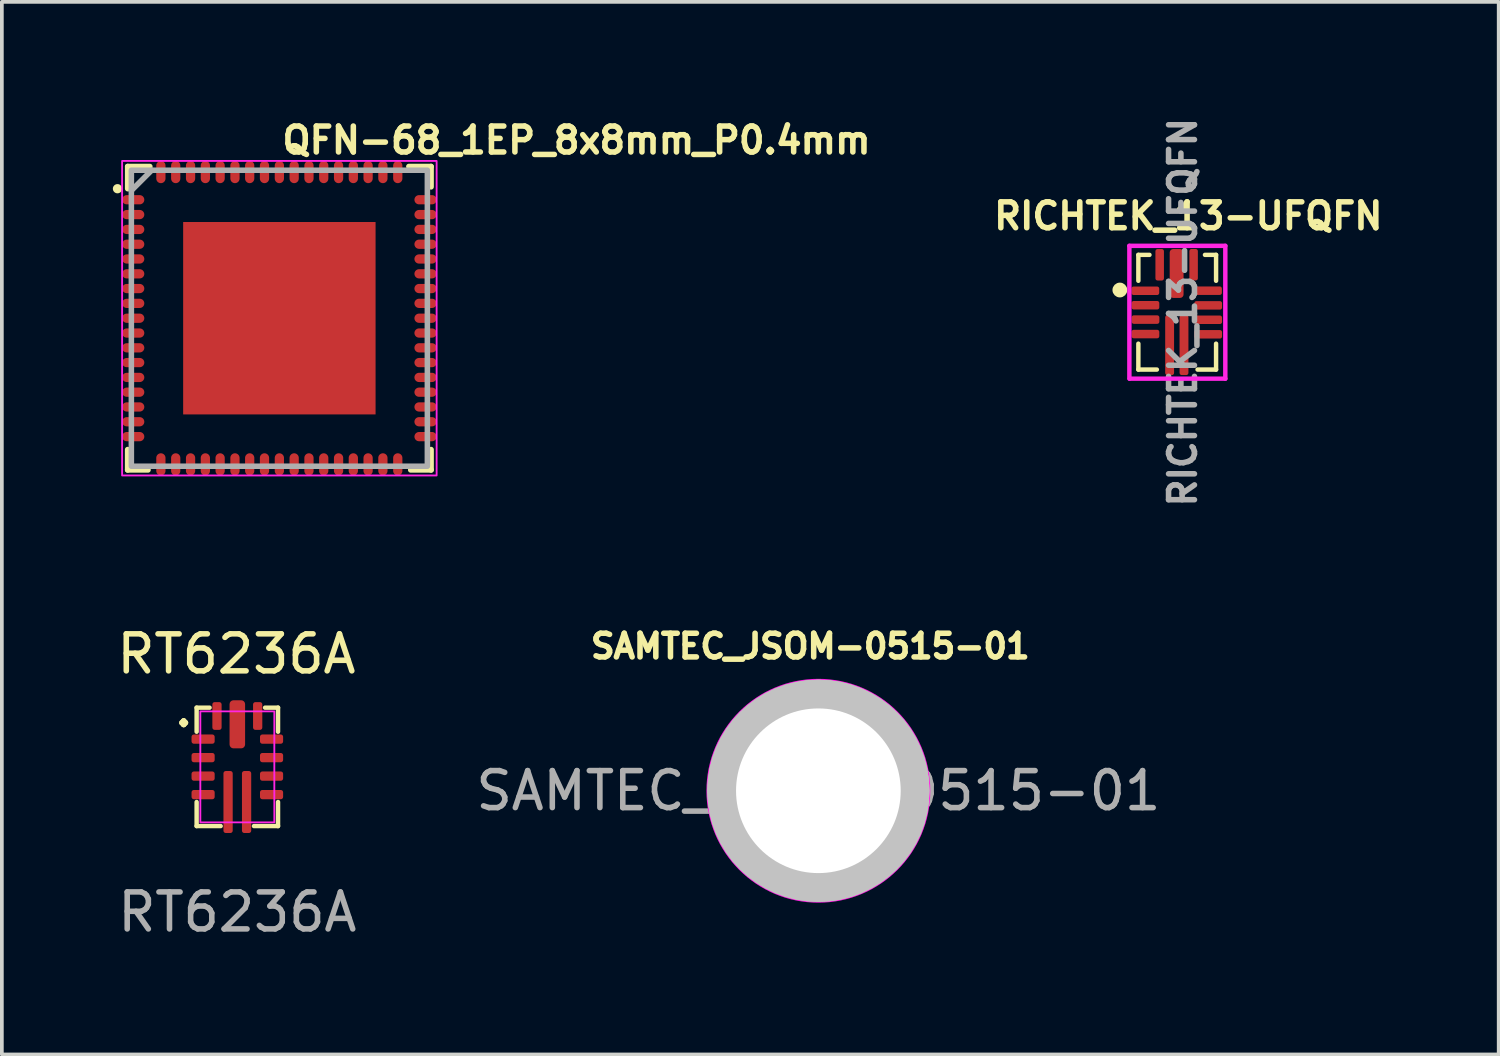
<source format=kicad_pcb>
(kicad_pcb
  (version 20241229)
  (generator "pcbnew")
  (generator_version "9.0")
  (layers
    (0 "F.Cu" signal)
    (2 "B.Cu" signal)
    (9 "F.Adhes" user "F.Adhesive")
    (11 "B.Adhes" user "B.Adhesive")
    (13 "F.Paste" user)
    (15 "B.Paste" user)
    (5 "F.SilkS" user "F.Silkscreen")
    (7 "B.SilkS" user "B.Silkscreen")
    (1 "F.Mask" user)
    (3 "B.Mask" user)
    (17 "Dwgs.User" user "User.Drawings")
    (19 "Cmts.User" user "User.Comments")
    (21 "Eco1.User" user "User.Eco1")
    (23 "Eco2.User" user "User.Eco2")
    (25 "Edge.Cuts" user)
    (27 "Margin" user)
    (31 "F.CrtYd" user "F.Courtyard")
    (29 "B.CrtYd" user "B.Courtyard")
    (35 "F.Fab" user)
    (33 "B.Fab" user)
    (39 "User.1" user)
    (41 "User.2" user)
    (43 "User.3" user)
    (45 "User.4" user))
  (footprint "RICHTEK_13-UFQFN"
    (layer "F.Cu")
    (at 28.752 5.394)
    (property "Reference" "RICHTEK_13-UFQFN" (at 0.313 -2.606 0) (layer "F.SilkS") (effects (font (size 0.7 0.7) (thickness 0.15))))
    (attr smd)
    (fp_line (start -1.037 -1.556) (end -1.037 -0.856) (stroke (width 0.12) (type solid)) (layer "F.SilkS"))
    (fp_line (start -1.037 0.844) (end -1.037 1.544) (stroke (width 0.12) (type solid)) (layer "F.SilkS"))
    (fp_line (start -1.037 1.544) (end -0.537 1.544) (stroke (width 0.12) (type solid)) (layer "F.SilkS"))
    (fp_line (start -0.737 -1.556) (end -1.037 -1.556) (stroke (width 0.12) (type solid)) (layer "F.SilkS"))
    (fp_line (start 0.563 1.544) (end 1.063 1.544) (stroke (width 0.12) (type solid)) (layer "F.SilkS"))
    (fp_line (start 0.763 -1.556) (end 1.063 -1.556) (stroke (width 0.12) (type solid)) (layer "F.SilkS"))
    (fp_line (start 1.063 -1.556) (end 1.063 -0.856) (stroke (width 0.12) (type solid)) (layer "F.SilkS"))
    (fp_line (start 1.063 1.544) (end 1.063 0.844) (stroke (width 0.12) (type solid)) (layer "F.SilkS"))
    (fp_circle (center -1.537 -0.606) (end -1.537 -0.606) (stroke (width 0.2) (type solid)) (fill no) (layer "F.SilkS"))
    (fp_line (start -1.28 -1.8) (end -1.28 1.79) (stroke (width 0.12) (type solid)) (layer "F.CrtYd"))
    (fp_line (start -1.28 -1.8) (end 1.313 -1.8) (stroke (width 0.12) (type solid)) (layer "F.CrtYd"))
    (fp_line (start -1.27 1.79) (end 1.313 1.79) (stroke (width 0.12) (type solid)) (layer "F.CrtYd"))
    (fp_line (start 1.313 1.79) (end 1.313 -1.8) (stroke (width 0.12) (type solid)) (layer "F.CrtYd"))
    (fp_text user "${REFERENCE}" (at 0.163 -0.006 90) (layer "F.Fab") (effects (font (size 0.7 0.7) (thickness 0.15))))
    (pad "1" smd roundrect (at -0.848 -0.586 180) (size 0.75 0.23) (layers "F.Cu" "F.Mask" "F.Paste") (roundrect_rratio 0.25))
    (pad "2" smd roundrect (at -0.846 -0.195 180) (size 0.75 0.23) (layers "F.Cu" "F.Mask" "F.Paste") (roundrect_rratio 0.25))
    (pad "3" smd roundrect (at -0.844 0.193 180) (size 0.75 0.23) (layers "F.Cu" "F.Mask" "F.Paste") (roundrect_rratio 0.25))
    (pad "4" smd roundrect (at -0.846 0.584 180) (size 0.75 0.23) (layers "F.Cu" "F.Mask" "F.Paste") (roundrect_rratio 0.25))
    (pad "5" smd roundrect (at -0.192 0.884 90) (size 1.62 0.24) (layers "F.Cu" "F.Mask" "F.Paste") (roundrect_rratio 0.25))
    (pad "6" smd roundrect (at 0.196 0.883 90) (size 1.62 0.24) (layers "F.Cu" "F.Mask" "F.Paste") (roundrect_rratio 0.25))
    (pad "7" smd roundrect (at 0.85 0.591 180) (size 0.75 0.23) (layers "F.Cu" "F.Mask" "F.Paste") (roundrect_rratio 0.25))
    (pad "8" smd roundrect (at 0.85 0.198 180) (size 0.75 0.23) (layers "F.Cu" "F.Mask" "F.Paste") (roundrect_rratio 0.25))
    (pad "9" smd roundrect (at 0.85 -0.191 180) (size 0.75 0.23) (layers "F.Cu" "F.Mask" "F.Paste") (roundrect_rratio 0.25))
    (pad "10" smd roundrect (at 0.845 -0.588 180) (size 0.75 0.23) (layers "F.Cu" "F.Mask" "F.Paste") (roundrect_rratio 0.25))
    (pad "11" smd roundrect (at 0.456 -1.29 90) (size 0.85 0.23) (layers "F.Cu" "F.Mask" "F.Paste") (roundrect_rratio 0.25))
    (pad "12" smd roundrect (at -0.003 -1.053 270) (size 1.32 0.375) (layers "F.Cu" "F.Mask" "F.Paste") (roundrect_rratio 0.25))
    (pad "13" smd roundrect (at -0.461 -1.288 90) (size 0.85 0.23) (layers "F.Cu" "F.Mask" "F.Paste") (roundrect_rratio 0.25)))
  (footprint "QFN-68_1EP_8x8mm_P0.4mm"
    (layer "F.Cu")
    (at 4.5 5.55)
    (property "Reference" "QFN-68_1EP_8x8mm_P0.4mm" (at 0 -4.4 0) (layer "F.SilkS") (effects (font (size 0.7 0.7) (thickness 0.15)) (justify left bottom)))
    (attr smd)
    (fp_line (start -4.1 4.1) (end -4.1 3.55) (stroke (width 0.15) (type solid)) (layer "F.SilkS"))
    (fp_line (start -4.099 -3.501) (end -4.099 -4.1) (stroke (width 0.15) (type solid)) (layer "F.SilkS"))
    (fp_line (start -3.55 4.1) (end -4.1 4.1) (stroke (width 0.15) (type solid)) (layer "F.SilkS"))
    (fp_line (start -3.501 -4.1) (end -4.099 -4.1) (stroke (width 0.15) (type solid)) (layer "F.SilkS"))
    (fp_line (start 3.5 -4.1) (end 4.1 -4.1) (stroke (width 0.15) (type solid)) (layer "F.SilkS"))
    (fp_line (start 3.55 4.1) (end 4.1 4.1) (stroke (width 0.15) (type solid)) (layer "F.SilkS"))
    (fp_line (start 4.1 -4.1) (end 4.1 -3.55) (stroke (width 0.15) (type solid)) (layer "F.SilkS"))
    (fp_line (start 4.1 4.1) (end 4.1 3.55) (stroke (width 0.15) (type solid)) (layer "F.SilkS"))
    (fp_circle (center -4.375 -3.5) (end -4.325 -3.5) (stroke (width 0.15) (type solid)) (fill yes) (layer "F.SilkS"))
    (fp_rect (start -4.25 -4.25) (end 4.25 4.25) (stroke (width 0.05) (type solid)) (fill no) (layer "F.CrtYd"))
    (fp_line (start -3.45 -4) (end -4 -3.45) (stroke (width 0.15) (type solid)) (layer "F.Fab"))
    (fp_rect (start -4 -4) (end 4 4) (stroke (width 0.15) (type solid)) (fill no) (layer "F.Fab"))
    (fp_rect (start -4.053 -4.053) (end 4.051 4.051) (stroke (width 0.1) (type solid)) (fill no) (layer "User.5"))
    (fp_line (start -4.053 -4.053) (end -4.053 4.051) (stroke (width 0.02) (type solid)) (layer "User.9"))
    (fp_line (start -4.053 4.051) (end 4.051 4.051) (stroke (width 0.02) (type solid)) (layer "User.9"))
    (fp_line (start 4.051 -4.053) (end -4.053 -4.053) (stroke (width 0.02) (type solid)) (layer "User.9"))
    (fp_line (start 4.051 4.051) (end 4.051 -4.053) (stroke (width 0.02) (type solid)) (layer "User.9"))
    (fp_circle (center -3.25 -3.202) (end -3.05 -3.202) (stroke (width 0.02) (type solid)) (fill no) (layer "User.9"))
    (pad "" smd rect (at -1.7 -1.7) (size 1.5 1.5) (layers "F.Paste"))
    (pad "" smd rect (at -1.7 0) (size 1.5 1.5) (layers "F.Paste"))
    (pad "" smd rect (at -1.7 1.7) (size 1.5 1.5) (layers "F.Paste"))
    (pad "" smd rect (at 0 -1.7) (size 1.5 1.5) (layers "F.Paste"))
    (pad "" smd rect (at 0 0) (size 1.5 1.5) (layers "F.Paste"))
    (pad "" smd rect (at 0 1.7) (size 1.5 1.5) (layers "F.Paste"))
    (pad "" smd rect (at 1.7 -1.7) (size 1.5 1.5) (layers "F.Paste"))
    (pad "" smd rect (at 1.7 0) (size 1.5 1.5) (layers "F.Paste"))
    (pad "" smd rect (at 1.7 1.7) (size 1.5 1.5) (layers "F.Paste"))
    (pad "1" smd oval (at -3.95 -3.202 90) (size 0.25 0.6) (layers "F.Cu" "F.Mask" "F.Paste"))
    (pad "2" smd oval (at -3.95 -2.801 90) (size 0.25 0.6) (layers "F.Cu" "F.Mask" "F.Paste"))
    (pad "3" smd oval (at -3.95 -2.4 90) (size 0.25 0.6) (layers "F.Cu" "F.Mask" "F.Paste"))
    (pad "4" smd oval (at -3.95 -2 90) (size 0.25 0.6) (layers "F.Cu" "F.Mask" "F.Paste"))
    (pad "5" smd oval (at -3.95 -1.601 90) (size 0.25 0.6) (layers "F.Cu" "F.Mask" "F.Paste"))
    (pad "6" smd oval (at -3.95 -1.2 90) (size 0.25 0.6) (layers "F.Cu" "F.Mask" "F.Paste"))
    (pad "7" smd oval (at -3.95 -0.802 90) (size 0.25 0.6) (layers "F.Cu" "F.Mask" "F.Paste"))
    (pad "8" smd oval (at -3.95 -0.402 90) (size 0.25 0.6) (layers "F.Cu" "F.Mask" "F.Paste"))
    (pad "9" smd oval (at -3.95 0 90) (size 0.25 0.6) (layers "F.Cu" "F.Mask" "F.Paste"))
    (pad "10" smd oval (at -3.95 0.4 90) (size 0.25 0.6) (layers "F.Cu" "F.Mask" "F.Paste"))
    (pad "11" smd oval (at -3.95 0.8 90) (size 0.25 0.6) (layers "F.Cu" "F.Mask" "F.Paste"))
    (pad "12" smd oval (at -3.95 1.199 90) (size 0.25 0.6) (layers "F.Cu" "F.Mask" "F.Paste"))
    (pad "13" smd oval (at -3.95 1.6 90) (size 0.25 0.6) (layers "F.Cu" "F.Mask" "F.Paste"))
    (pad "14" smd oval (at -3.95 1.999 90) (size 0.25 0.6) (layers "F.Cu" "F.Mask" "F.Paste"))
    (pad "15" smd oval (at -3.95 2.398 90) (size 0.25 0.6) (layers "F.Cu" "F.Mask" "F.Paste"))
    (pad "16" smd oval (at -3.95 2.798 90) (size 0.25 0.6) (layers "F.Cu" "F.Mask" "F.Paste"))
    (pad "17" smd oval (at -3.95 3.2 90) (size 0.25 0.6) (layers "F.Cu" "F.Mask" "F.Paste"))
    (pad "18" smd oval (at -3.202 3.95) (size 0.25 0.6) (layers "F.Cu" "F.Mask" "F.Paste"))
    (pad "19" smd oval (at -2.801 3.95) (size 0.25 0.6) (layers "F.Cu" "F.Mask" "F.Paste"))
    (pad "20" smd oval (at -2.4 3.95) (size 0.25 0.6) (layers "F.Cu" "F.Mask" "F.Paste"))
    (pad "21" smd oval (at -2 3.95) (size 0.25 0.6) (layers "F.Cu" "F.Mask" "F.Paste"))
    (pad "22" smd oval (at -1.601 3.95) (size 0.25 0.6) (layers "F.Cu" "F.Mask" "F.Paste"))
    (pad "23" smd oval (at -1.2 3.95) (size 0.25 0.6) (layers "F.Cu" "F.Mask" "F.Paste"))
    (pad "24" smd oval (at -0.802 3.95) (size 0.25 0.6) (layers "F.Cu" "F.Mask" "F.Paste"))
    (pad "25" smd oval (at -0.402 3.95) (size 0.25 0.6) (layers "F.Cu" "F.Mask" "F.Paste"))
    (pad "26" smd oval (at 0 3.95) (size 0.25 0.6) (layers "F.Cu" "F.Mask" "F.Paste"))
    (pad "27" smd oval (at 0.4 3.95) (size 0.25 0.6) (layers "F.Cu" "F.Mask" "F.Paste"))
    (pad "28" smd oval (at 0.8 3.95) (size 0.25 0.6) (layers "F.Cu" "F.Mask" "F.Paste"))
    (pad "29" smd oval (at 1.199 3.95) (size 0.25 0.6) (layers "F.Cu" "F.Mask" "F.Paste"))
    (pad "30" smd oval (at 1.6 3.95) (size 0.25 0.6) (layers "F.Cu" "F.Mask" "F.Paste"))
    (pad "31" smd oval (at 1.999 3.95) (size 0.25 0.6) (layers "F.Cu" "F.Mask" "F.Paste"))
    (pad "32" smd oval (at 2.398 3.95) (size 0.25 0.6) (layers "F.Cu" "F.Mask" "F.Paste"))
    (pad "33" smd oval (at 2.798 3.95) (size 0.25 0.6) (layers "F.Cu" "F.Mask" "F.Paste"))
    (pad "34" smd oval (at 3.2 3.95) (size 0.25 0.6) (layers "F.Cu" "F.Mask" "F.Paste"))
    (pad "35" smd oval (at 3.95 3.2 90) (size 0.25 0.6) (layers "F.Cu" "F.Mask" "F.Paste"))
    (pad "36" smd oval (at 3.95 2.798 90) (size 0.25 0.6) (layers "F.Cu" "F.Mask" "F.Paste"))
    (pad "37" smd oval (at 3.95 2.398 90) (size 0.25 0.6) (layers "F.Cu" "F.Mask" "F.Paste"))
    (pad "38" smd oval (at 3.95 1.999 90) (size 0.25 0.6) (layers "F.Cu" "F.Mask" "F.Paste"))
    (pad "39" smd oval (at 3.95 1.6 90) (size 0.25 0.6) (layers "F.Cu" "F.Mask" "F.Paste"))
    (pad "40" smd oval (at 3.95 1.199 90) (size 0.25 0.6) (layers "F.Cu" "F.Mask" "F.Paste"))
    (pad "41" smd oval (at 3.95 0.8 90) (size 0.25 0.6) (layers "F.Cu" "F.Mask" "F.Paste"))
    (pad "42" smd oval (at 3.95 0.4 90) (size 0.25 0.6) (layers "F.Cu" "F.Mask" "F.Paste"))
    (pad "43" smd oval (at 3.95 0 90) (size 0.25 0.6) (layers "F.Cu" "F.Mask" "F.Paste"))
    (pad "44" smd oval (at 3.95 -0.402 90) (size 0.25 0.6) (layers "F.Cu" "F.Mask" "F.Paste"))
    (pad "45" smd oval (at 3.95 -0.802 90) (size 0.25 0.6) (layers "F.Cu" "F.Mask" "F.Paste"))
    (pad "46" smd oval (at 3.95 -1.2 90) (size 0.25 0.6) (layers "F.Cu" "F.Mask" "F.Paste"))
    (pad "47" smd oval (at 3.95 -1.601 90) (size 0.25 0.6) (layers "F.Cu" "F.Mask" "F.Paste"))
    (pad "48" smd oval (at 3.95 -2 90) (size 0.25 0.6) (layers "F.Cu" "F.Mask" "F.Paste"))
    (pad "49" smd oval (at 3.95 -2.4 90) (size 0.25 0.6) (layers "F.Cu" "F.Mask" "F.Paste"))
    (pad "50" smd oval (at 3.95 -2.801 90) (size 0.25 0.6) (layers "F.Cu" "F.Mask" "F.Paste"))
    (pad "51" smd oval (at 3.95 -3.202 90) (size 0.25 0.6) (layers "F.Cu" "F.Mask" "F.Paste"))
    (pad "52" smd oval (at 3.2 -3.95) (size 0.25 0.6) (layers "F.Cu" "F.Mask" "F.Paste"))
    (pad "53" smd oval (at 2.798 -3.95) (size 0.25 0.6) (layers "F.Cu" "F.Mask" "F.Paste"))
    (pad "54" smd oval (at 2.398 -3.95) (size 0.25 0.6) (layers "F.Cu" "F.Mask" "F.Paste"))
    (pad "55" smd oval (at 1.999 -3.95) (size 0.25 0.6) (layers "F.Cu" "F.Mask" "F.Paste"))
    (pad "56" smd oval (at 1.6 -3.95) (size 0.25 0.6) (layers "F.Cu" "F.Mask" "F.Paste"))
    (pad "57" smd oval (at 1.199 -3.95) (size 0.25 0.6) (layers "F.Cu" "F.Mask" "F.Paste"))
    (pad "58" smd oval (at 0.8 -3.95) (size 0.25 0.6) (layers "F.Cu" "F.Mask" "F.Paste"))
    (pad "59" smd oval (at 0.4 -3.95) (size 0.25 0.6) (layers "F.Cu" "F.Mask" "F.Paste"))
    (pad "60" smd oval (at 0 -3.95) (size 0.25 0.6) (layers "F.Cu" "F.Mask" "F.Paste"))
    (pad "61" smd oval (at -0.402 -3.95) (size 0.25 0.6) (layers "F.Cu" "F.Mask" "F.Paste"))
    (pad "62" smd oval (at -0.802 -3.95) (size 0.25 0.6) (layers "F.Cu" "F.Mask" "F.Paste"))
    (pad "63" smd oval (at -1.2 -3.95) (size 0.25 0.6) (layers "F.Cu" "F.Mask" "F.Paste"))
    (pad "64" smd oval (at -1.601 -3.95) (size 0.25 0.6) (layers "F.Cu" "F.Mask" "F.Paste"))
    (pad "65" smd oval (at -2 -3.95) (size 0.25 0.6) (layers "F.Cu" "F.Mask" "F.Paste"))
    (pad "66" smd oval (at -2.4 -3.95) (size 0.25 0.6) (layers "F.Cu" "F.Mask" "F.Paste"))
    (pad "67" smd oval (at -2.801 -3.95) (size 0.25 0.6) (layers "F.Cu" "F.Mask" "F.Paste"))
    (pad "68" smd oval (at -3.202 -3.95) (size 0.25 0.6) (layers "F.Cu" "F.Mask" "F.Paste"))
    (pad "EP" smd rect (at 0 0) (size 5.2 5.2) (layers "F.Cu" "F.Mask")))
  (footprint "RT6236A"
    (layer "F.Cu")
    (at 3.364 17.675)
    (property "Reference" "RT6236A" (at -0.025 -3.05 0) (unlocked yes) (layer "F.SilkS") (effects (font (size 1 1) (thickness 0.15))))
    (attr smd)
    (fp_line (start -1.1 -1.6) (end -0.75 -1.6) (stroke (width 0.12) (type solid)) (layer "F.SilkS"))
    (fp_line (start -1.1 -0.95) (end -1.1 -1.6) (stroke (width 0.12) (type solid)) (layer "F.SilkS"))
    (fp_line (start -1.1 1.6) (end -1.1 0.95) (stroke (width 0.12) (type solid)) (layer "F.SilkS"))
    (fp_line (start -0.45 1.6) (end -1.1 1.6) (stroke (width 0.12) (type solid)) (layer "F.SilkS"))
    (fp_line (start 0.75 -1.6) (end 1.1 -1.6) (stroke (width 0.12) (type solid)) (layer "F.SilkS"))
    (fp_line (start 1.1 -1.6) (end 1.1 -0.95) (stroke (width 0.12) (type solid)) (layer "F.SilkS"))
    (fp_line (start 1.1 0.95) (end 1.1 1.6) (stroke (width 0.12) (type solid)) (layer "F.SilkS"))
    (fp_line (start 1.1 1.6) (end 0.45 1.6) (stroke (width 0.12) (type solid)) (layer "F.SilkS"))
    (fp_rect (start -1 -1.5) (end 1 1.5) (stroke (width 0.05) (type solid)) (fill no) (layer "F.CrtYd"))
    (fp_text user "." (at -1.45 -1.6 0) (layer "F.SilkS") (effects (font (size 1 1) (thickness 0.15))))
    (fp_text user "${REFERENCE}" (at 0 3.925 0) (unlocked yes) (layer "F.Fab") (effects (font (size 1 1) (thickness 0.15))))
    (pad "1" smd roundrect (at -0.925 -0.75) (size 0.625 0.25) (layers "F.Cu" "F.Mask" "F.Paste") (roundrect_rratio 0.25))
    (pad "2" smd roundrect (at -0.925 -0.25) (size 0.625 0.25) (layers "F.Cu" "F.Mask" "F.Paste") (roundrect_rratio 0.25))
    (pad "3" smd roundrect (at -0.925 0.25) (size 0.625 0.25) (layers "F.Cu" "F.Mask" "F.Paste") (roundrect_rratio 0.25))
    (pad "4" smd roundrect (at -0.925 0.75) (size 0.625 0.25) (layers "F.Cu" "F.Mask" "F.Paste") (roundrect_rratio 0.25))
    (pad "5" smd roundrect (at -0.25 0.95) (size 0.25 1.675) (layers "F.Cu" "F.Mask" "F.Paste") (roundrect_rratio 0.25))
    (pad "6" smd roundrect (at 0.25 0.95) (size 0.25 1.675) (layers "F.Cu" "F.Mask" "F.Paste") (roundrect_rratio 0.25))
    (pad "7" smd roundrect (at 0.925 0.75) (size 0.625 0.25) (layers "F.Cu" "F.Mask" "F.Paste") (roundrect_rratio 0.25))
    (pad "8" smd roundrect (at 0.925 0.25) (size 0.625 0.25) (layers "F.Cu" "F.Mask" "F.Paste") (roundrect_rratio 0.25))
    (pad "9" smd roundrect (at 0.925 -0.25) (size 0.625 0.25) (layers "F.Cu" "F.Mask" "F.Paste") (roundrect_rratio 0.25))
    (pad "10" smd roundrect (at 0.925 -0.75) (size 0.625 0.25) (layers "F.Cu" "F.Mask" "F.Paste") (roundrect_rratio 0.25))
    (pad "11" smd roundrect (at 0.55 -1.375) (size 0.25 0.75) (layers "F.Cu" "F.Mask" "F.Paste") (roundrect_rratio 0.25))
    (pad "12" smd roundrect (at 0 -1.15) (size 0.42 1.3) (layers "F.Cu" "F.Mask" "F.Paste") (roundrect_rratio 0.25))
    (pad "13" smd roundrect (at -0.55 -1.375) (size 0.25 0.75) (layers "F.Cu" "F.Mask" "F.Paste") (roundrect_rratio 0.25)))
  (footprint "SAMTEC_JSOM-0515-01"
    (layer "F.Cu")
    (at 19.067 18.321)
    (property "Reference" "SAMTEC_JSOM-0515-01" (at -0.218 -3.906 0) (layer "F.SilkS") (effects (font (size 0.64 0.64) (thickness 0.15))))
    (attr through_hole)
    (fp_circle (center 0 0) (end 1.5 0) (stroke (width 3) (type solid)) (fill no) (layer "Dwgs.User"))
    (fp_circle (center 0 0) (end 1.5 0) (stroke (width 3) (type solid)) (fill no) (layer "Dwgs.User"))
    (fp_circle (center 0 0) (end 1.5 0) (stroke (width 3) (type solid)) (fill no) (layer "Dwgs.User"))
    (fp_circle (center 0 0) (end 3 0) (stroke (width 0.05) (type solid)) (fill no) (layer "F.CrtYd"))
    (fp_circle (center 0 0) (end 2.565 0) (stroke (width 0.1) (type solid)) (fill no) (layer "F.Fab"))
    (fp_text user "${REFERENCE}" (at 0 0 0) (layer "F.Fab") (effects (font (size 1 1) (thickness 0.15))))
    (pad "1" thru_hole circle (at 0 0) (size 6 6) (drill 4.45) (layers "*.Cu" "*.Mask")))
  (gr_rect
    (start -3 -3)
    (end 37.453 25.448)
    (stroke (width 0.1) (type default))
    (fill no)
    (layer "Edge.Cuts")))
</source>
